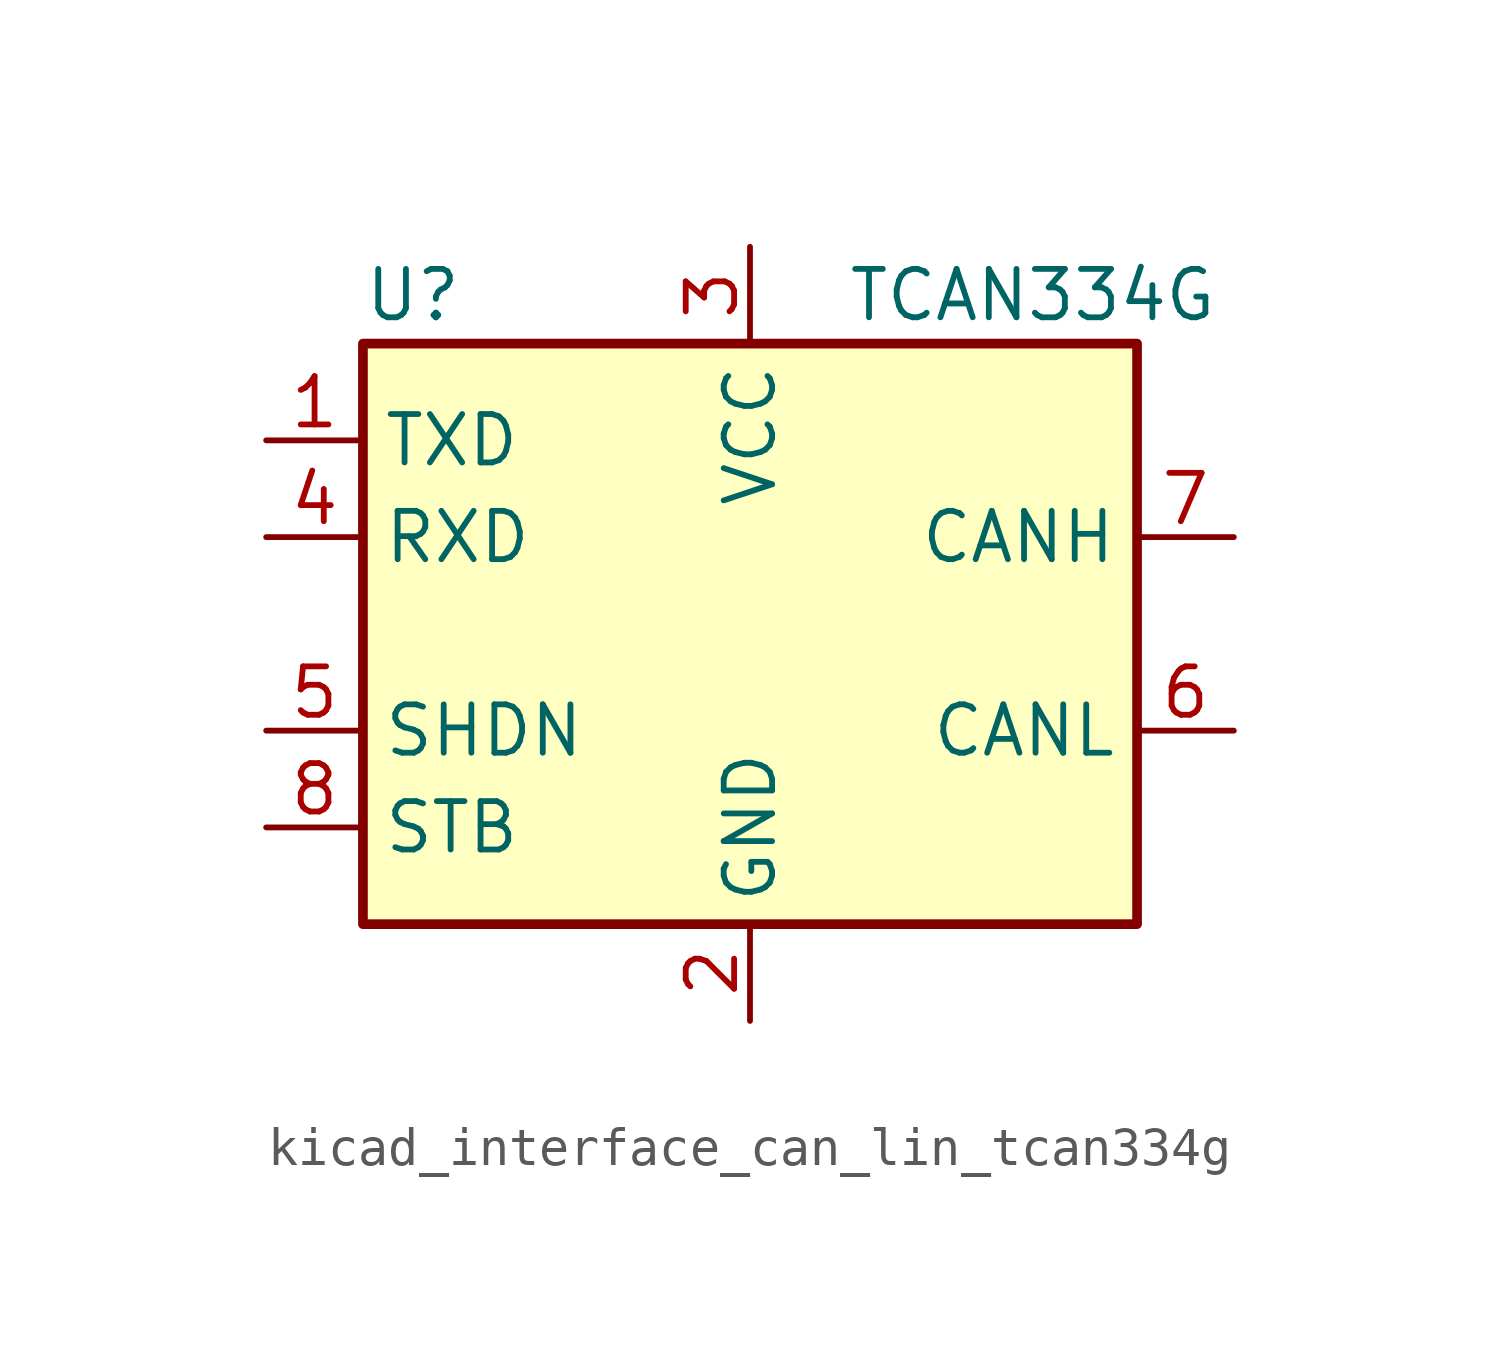
<source format=kicad_sym>
(kicad_symbol_lib
  (version 20220914)
  (generator kicad_symbol_editor)
  (symbol "kicad_interface_can_lin_tcan334g"
    (property "Reference" "U"
      (at -10.16 8.89 0)
      (effects (font (size 1.27 1.27)) (justify left)))
    (property "Value" "TCAN334G"
      (at 2.54 8.89 0)
      (effects (font (size 1.27 1.27)) (justify left)))
    (symbol "kicad_interface_can_lin_tcan334g_0_1"
      (rectangle (start -10.16 7.62) (end 10.16 -7.62) (stroke (width 0.254) (type default)) (fill (type background))))
    (symbol "kicad_interface_can_lin_tcan334g_1_1"
      (pin input line (at -12.7 5.08 0) (length 2.54) (name "TXD" (effects (font (size 1.27 1.27)))) (number "1" (effects (font (size 1.27 1.27)))))
      (pin power_in line (at 0 -10.16 90) (length 2.54) (name "GND" (effects (font (size 1.27 1.27)))) (number "2" (effects (font (size 1.27 1.27)))))
      (pin power_in line (at 0 10.16 270) (length 2.54) (name "VCC" (effects (font (size 1.27 1.27)))) (number "3" (effects (font (size 1.27 1.27)))))
      (pin tri_state line (at -12.7 2.54 0) (length 2.54) (name "RXD" (effects (font (size 1.27 1.27)))) (number "4" (effects (font (size 1.27 1.27)))))
      (pin input line (at -12.7 -2.54 0) (length 2.54) (name "SHDN" (effects (font (size 1.27 1.27)))) (number "5" (effects (font (size 1.27 1.27)))))
      (pin bidirectional line (at 12.7 -2.54 180) (length 2.54) (name "CANL" (effects (font (size 1.27 1.27)))) (number "6" (effects (font (size 1.27 1.27)))))
      (pin bidirectional line (at 12.7 2.54 180) (length 2.54) (name "CANH" (effects (font (size 1.27 1.27)))) (number "7" (effects (font (size 1.27 1.27)))))
      (pin input line (at -12.7 -5.08 0) (length 2.54) (name "STB" (effects (font (size 1.27 1.27)))) (number "8" (effects (font (size 1.27 1.27))))))))
</source>
